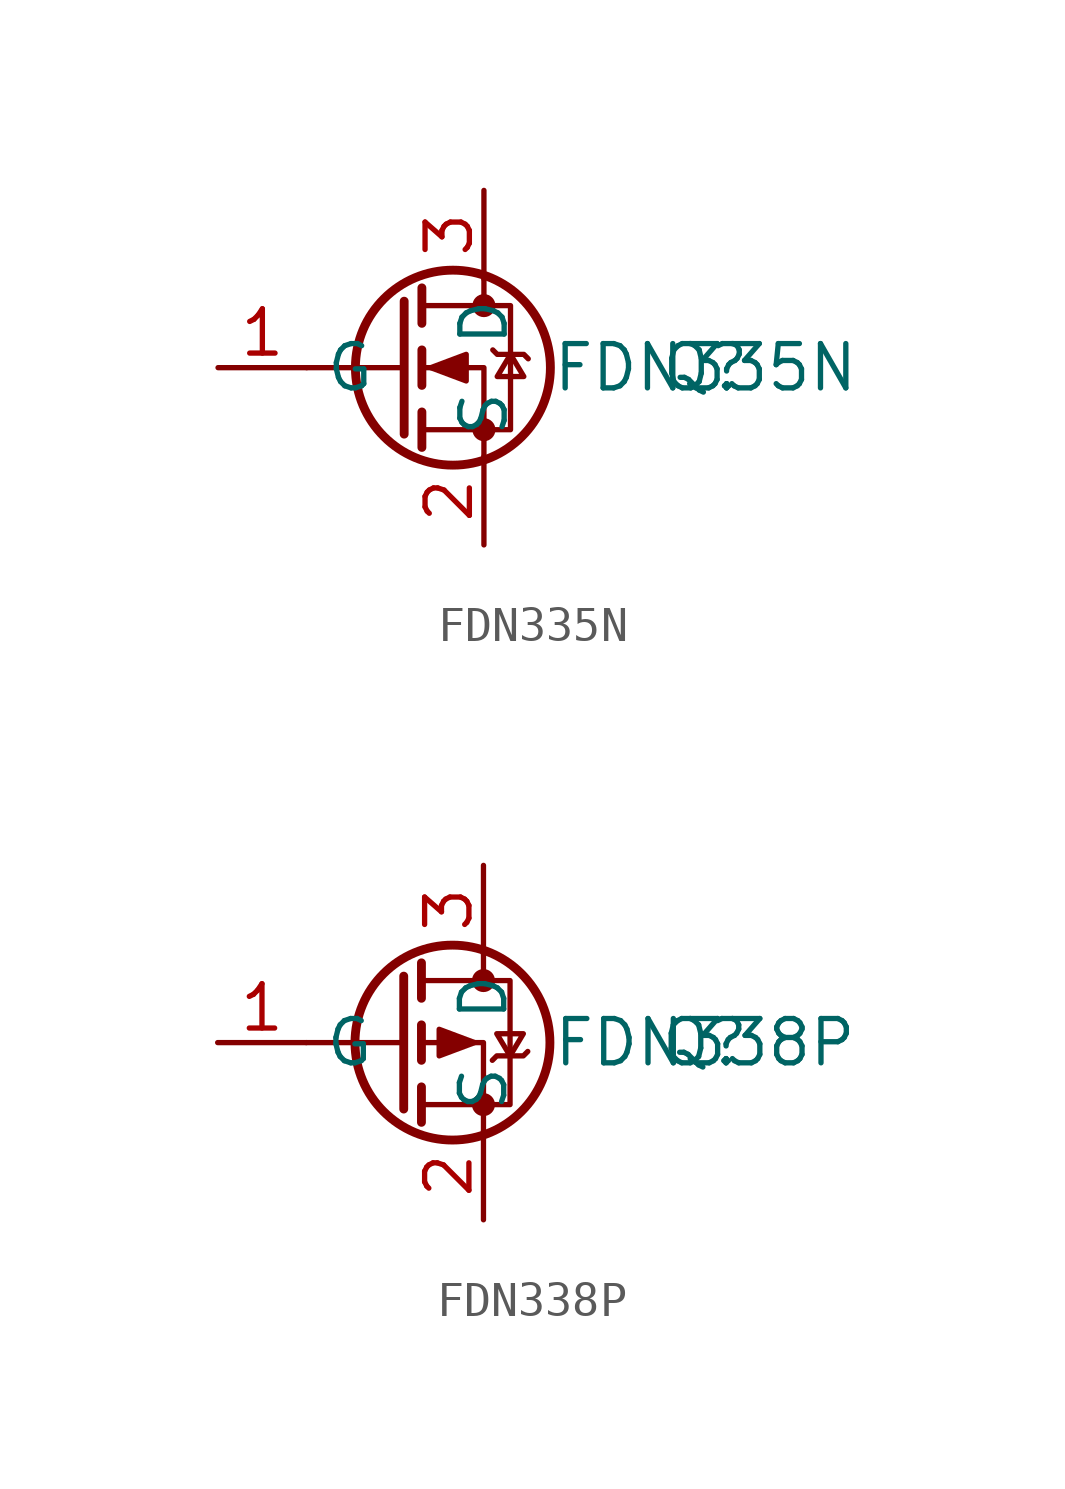
<source format=kicad_sym>
(kicad_symbol_lib
  (version 20211014)
  (generator kicad_symbol_editor)
  (symbol "FDN335N"
    (property "Reference" "Q"
      (at 6.35 0 0)
      (effects (font (size 1.27 1.27))))
    (property "Value" "FDN335N"
      (at 6.35 0 0)
      (effects (font (size 1.27 1.27))))
    (symbol "FDN335N_0_1"
      (circle (center -0.889 0) (radius 2.794) (stroke (width 0.254) (type default) (color 0 0 0 0)) (fill (type none)))
      (circle (center 0 -1.778) (radius 0.254) (stroke (width 0) (type default) (color 0 0 0 0)) (fill (type outline)))
      (polyline (pts (xy -2.286 0) (xy -5.08 0)) (stroke (width 0) (type default) (color 0 0 0 0)) (fill (type none)))
      (polyline (pts (xy -2.286 1.905) (xy -2.286 -1.905)) (stroke (width 0.254) (type default) (color 0 0 0 0)) (fill (type none)))
      (polyline (pts (xy -1.778 -1.27) (xy -1.778 -2.286)) (stroke (width 0.254) (type default) (color 0 0 0 0)) (fill (type none)))
      (polyline (pts (xy -1.778 0.508) (xy -1.778 -0.508)) (stroke (width 0.254) (type default) (color 0 0 0 0)) (fill (type none)))
      (polyline (pts (xy -1.778 2.286) (xy -1.778 1.27)) (stroke (width 0.254) (type default) (color 0 0 0 0)) (fill (type none)))
      (polyline (pts (xy 0 2.54) (xy 0 1.778)) (stroke (width 0) (type default) (color 0 0 0 0)) (fill (type none)))
      (polyline (pts (xy 0 -2.54) (xy 0 0) (xy -1.778 0)) (stroke (width 0) (type default) (color 0 0 0 0)) (fill (type none)))
      (polyline (pts (xy -1.778 -1.778) (xy 0.762 -1.778) (xy 0.762 1.778) (xy -1.778 1.778)) (stroke (width 0) (type default) (color 0 0 0 0)) (fill (type none)))
      (polyline (pts (xy -1.524 0) (xy -0.508 0.381) (xy -0.508 -0.381) (xy -1.524 0)) (stroke (width 0) (type default) (color 0 0 0 0)) (fill (type outline)))
      (polyline (pts (xy 0.254 0.508) (xy 0.381 0.381) (xy 1.143 0.381) (xy 1.27 0.254)) (stroke (width 0) (type default) (color 0 0 0 0)) (fill (type none)))
      (polyline (pts (xy 0.762 0.381) (xy 0.381 -0.254) (xy 1.143 -0.254) (xy 0.762 0.381)) (stroke (width 0) (type default) (color 0 0 0 0)) (fill (type none)))
      (circle (center 0 1.778) (radius 0.254) (stroke (width 0) (type default) (color 0 0 0 0)) (fill (type outline))))
    (symbol "FDN335N_1_1"
      (pin input line (at -7.62 0 0) (length 2.54) (name "G" (effects (font (size 1.27 1.27)))) (number "1" (effects (font (size 1.27 1.27)))))
      (pin passive line (at 0 -5.08 90) (length 2.54) (name "S" (effects (font (size 1.27 1.27)))) (number "2" (effects (font (size 1.27 1.27)))))
      (pin passive line (at 0 5.08 270) (length 2.54) (name "D" (effects (font (size 1.27 1.27)))) (number "3" (effects (font (size 1.27 1.27)))))))
  (symbol "FDN338P"
    (property "Reference" "Q"
      (at 6.35 0 0)
      (effects (font (size 1.27 1.27))))
    (property "Value" "FDN338P"
      (at 6.35 0 0)
      (effects (font (size 1.27 1.27))))
    (symbol "FDN338P_0_1"
      (circle (center -0.889 0) (radius 2.794) (stroke (width 0.254) (type default) (color 0 0 0 0)) (fill (type none)))
      (circle (center 0 -1.778) (radius 0.254) (stroke (width 0) (type default) (color 0 0 0 0)) (fill (type outline)))
      (polyline (pts (xy -2.286 0) (xy -5.08 0)) (stroke (width 0) (type default) (color 0 0 0 0)) (fill (type none)))
      (polyline (pts (xy -2.286 1.905) (xy -2.286 -1.905)) (stroke (width 0.254) (type default) (color 0 0 0 0)) (fill (type none)))
      (polyline (pts (xy -1.778 -1.27) (xy -1.778 -2.286)) (stroke (width 0.254) (type default) (color 0 0 0 0)) (fill (type none)))
      (polyline (pts (xy -1.778 0.508) (xy -1.778 -0.508)) (stroke (width 0.254) (type default) (color 0 0 0 0)) (fill (type none)))
      (polyline (pts (xy -1.778 2.286) (xy -1.778 1.27)) (stroke (width 0.254) (type default) (color 0 0 0 0)) (fill (type none)))
      (polyline (pts (xy 0 2.54) (xy 0 1.778)) (stroke (width 0) (type default) (color 0 0 0 0)) (fill (type none)))
      (polyline (pts (xy 0 -2.54) (xy 0 0) (xy -1.778 0)) (stroke (width 0) (type default) (color 0 0 0 0)) (fill (type none)))
      (polyline (pts (xy -1.778 1.778) (xy 0.762 1.778) (xy 0.762 -1.778) (xy -1.778 -1.778)) (stroke (width 0) (type default) (color 0 0 0 0)) (fill (type none)))
      (polyline (pts (xy -0.254 0) (xy -1.27 0.381) (xy -1.27 -0.381) (xy -0.254 0)) (stroke (width 0) (type default) (color 0 0 0 0)) (fill (type outline)))
      (polyline (pts (xy 0.254 -0.508) (xy 0.381 -0.381) (xy 1.143 -0.381) (xy 1.27 -0.254)) (stroke (width 0) (type default) (color 0 0 0 0)) (fill (type none)))
      (polyline (pts (xy 0.762 -0.381) (xy 0.381 0.254) (xy 1.143 0.254) (xy 0.762 -0.381)) (stroke (width 0) (type default) (color 0 0 0 0)) (fill (type none)))
      (circle (center 0 1.778) (radius 0.254) (stroke (width 0) (type default) (color 0 0 0 0)) (fill (type outline))))
    (symbol "FDN338P_1_1"
      (pin input line (at -7.62 0 0) (length 2.54) (name "G" (effects (font (size 1.27 1.27)))) (number "1" (effects (font (size 1.27 1.27)))))
      (pin passive line (at 0 -5.08 90) (length 2.54) (name "S" (effects (font (size 1.27 1.27)))) (number "2" (effects (font (size 1.27 1.27)))))
      (pin passive line (at 0 5.08 270) (length 2.54) (name "D" (effects (font (size 1.27 1.27)))) (number "3" (effects (font (size 1.27 1.27))))))))
</source>
